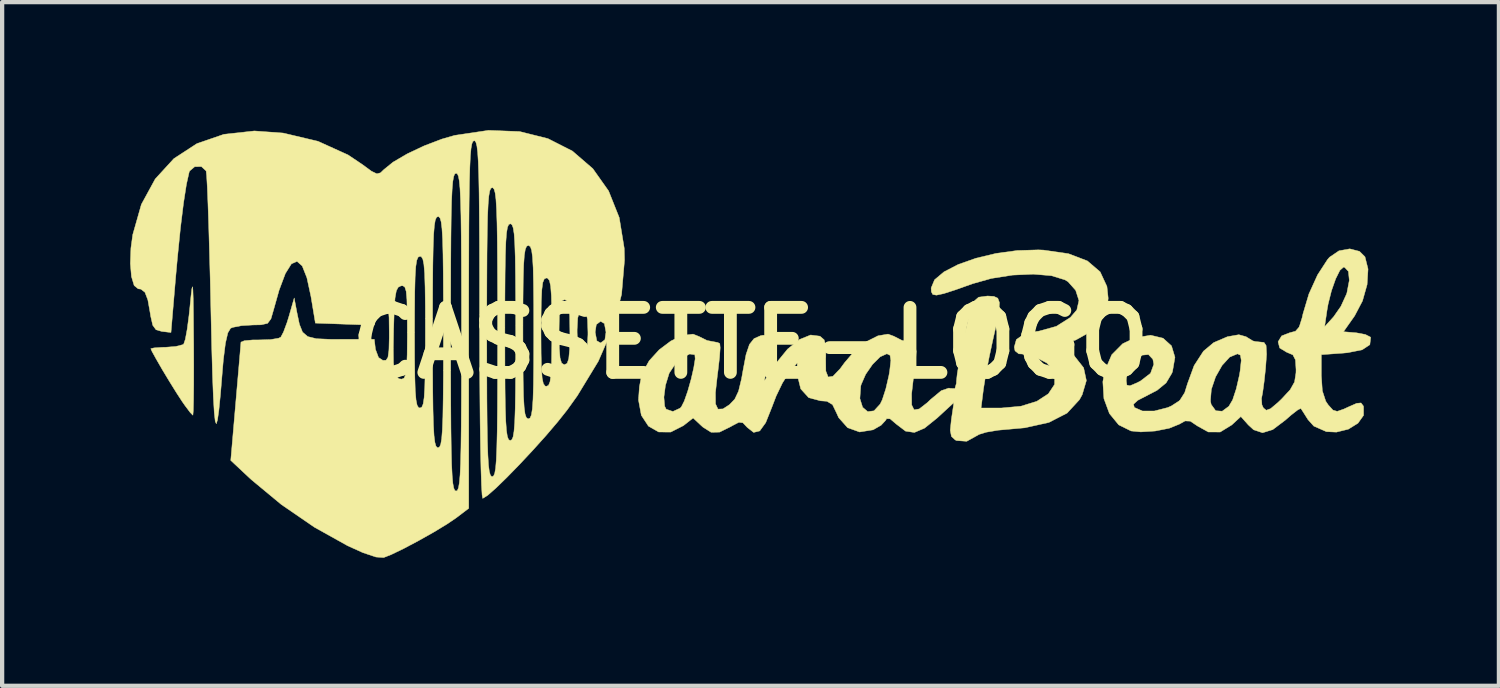
<source format=kicad_pcb>
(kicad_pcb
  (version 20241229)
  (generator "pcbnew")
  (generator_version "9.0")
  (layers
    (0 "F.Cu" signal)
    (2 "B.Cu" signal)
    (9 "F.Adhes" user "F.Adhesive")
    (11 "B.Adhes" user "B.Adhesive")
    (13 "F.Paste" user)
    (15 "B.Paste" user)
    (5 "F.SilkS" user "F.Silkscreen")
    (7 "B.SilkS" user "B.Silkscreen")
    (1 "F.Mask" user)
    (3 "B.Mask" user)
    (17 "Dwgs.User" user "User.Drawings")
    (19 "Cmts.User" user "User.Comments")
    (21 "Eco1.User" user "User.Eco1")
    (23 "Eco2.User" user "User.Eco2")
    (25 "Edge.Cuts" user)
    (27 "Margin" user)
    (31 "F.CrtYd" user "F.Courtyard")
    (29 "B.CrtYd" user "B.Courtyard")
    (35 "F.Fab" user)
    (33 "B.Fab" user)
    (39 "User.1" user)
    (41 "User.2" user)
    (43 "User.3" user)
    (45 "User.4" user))
  (footprint "CASSETTE-LOGO"
    (layer "F.Cu")
    (at 14.539 4.988)
    (property "Reference" "CASSETTE-LOGO" (at 0 0 0) (layer "F.SilkS") (effects (font (size 1.524 1.524) (thickness 0.3))))
    (attr through_hole)
    (fp_poly (pts (xy -13.068 -1.244) (xy -13.061 -1.037) (xy -13.056 -0.685) (xy -13.052 -0.178) (xy -13.05 0.021) (xy -13.048 0.532) (xy -13.049 0.981) (xy -13.053 1.34) (xy -13.059 1.585) (xy -13.068 1.691) (xy -13.069 1.693) (xy -13.131 1.63) (xy -13.251 1.47) (xy -13.317 1.376) (xy -13.455 1.164) (xy -13.619 0.9) (xy -13.785 0.625) (xy -13.928 0.377) (xy -14.026 0.199) (xy -14.055 0.133) (xy -13.979 0.115) (xy -13.79 0.102) (xy -13.704 0.1) (xy -13.468 0.081) (xy -13.307 0.04) (xy -13.284 0.025) (xy -13.246 -0.085) (xy -13.202 -0.323) (xy -13.159 -0.648) (xy -13.138 -0.848) (xy -13.112 -1.109) (xy -13.093 -1.27) (xy -13.078 -1.318) (xy -13.068 -1.244)) (stroke (width 0.01) (type solid)) (fill yes) (layer "F.SilkS"))
    (fp_poly (pts (xy 14.272 -2.147) (xy 14.4 -2.02) (xy 14.472 -1.733) (xy 14.45 -1.369) (xy 14.342 -0.986) (xy 14.16 -0.639) (xy 14.156 -0.633) (xy 13.896 -0.264) (xy 14.201 -0.238) (xy 14.409 -0.199) (xy 14.527 -0.139) (xy 14.534 -0.127) (xy 14.514 0.041) (xy 14.333 0.16) (xy 13.991 0.228) (xy 13.892 0.237) (xy 13.377 0.274) (xy 13.377 0.763) (xy 13.401 1.121) (xy 13.481 1.365) (xy 13.538 1.45) (xy 13.649 1.573) (xy 13.75 1.603) (xy 13.907 1.548) (xy 14.006 1.502) (xy 14.206 1.414) (xy 14.307 1.405) (xy 14.359 1.472) (xy 14.367 1.493) (xy 14.367 1.696) (xy 14.236 1.88) (xy 14.011 2.02) (xy 13.73 2.089) (xy 13.496 2.078) (xy 13.201 1.948) (xy 13.064 1.795) (xy 12.958 1.627) (xy 12.898 1.534) (xy 12.897 1.533) (xy 12.828 1.566) (xy 12.673 1.686) (xy 12.533 1.808) (xy 12.239 2.03) (xy 12 2.104) (xy 11.79 2.034) (xy 11.666 1.92) (xy 11.491 1.724) (xy 11.279 1.92) (xy 11.007 2.087) (xy 10.729 2.086) (xy 10.471 1.943) (xy 10.306 1.832) (xy 10.184 1.827) (xy 10.052 1.901) (xy 9.813 1.998) (xy 9.485 2.063) (xy 9.146 2.084) (xy 8.918 2.062) (xy 8.629 1.919) (xy 8.411 1.653) (xy 8.282 1.304) (xy 8.257 0.909) (xy 8.262 0.883) (xy 8.805 0.883) (xy 8.82 0.987) (xy 8.892 1.003) (xy 9.058 0.933) (xy 9.138 0.892) (xy 9.375 0.71) (xy 9.452 0.498) (xy 9.429 0.381) (xy 9.326 0.271) (xy 9.18 0.285) (xy 9.023 0.395) (xy 8.889 0.574) (xy 8.813 0.794) (xy 8.805 0.883) (xy 8.262 0.883) (xy 8.301 0.66) (xy 8.465 0.276) (xy 8.722 0.017) (xy 9.011 -0.12) (xy 9.376 -0.182) (xy 9.668 -0.112) (xy 9.866 0.067) (xy 9.947 0.335) (xy 9.889 0.671) (xy 9.873 0.711) (xy 9.739 0.936) (xy 9.528 1.109) (xy 9.32 1.217) (xy 9.077 1.343) (xy 8.975 1.435) (xy 8.995 1.511) (xy 9.185 1.594) (xy 9.464 1.594) (xy 9.776 1.514) (xy 9.863 1.476) (xy 10.05 1.355) (xy 10.778 1.355) (xy 10.796 1.442) (xy 10.902 1.588) (xy 11.054 1.599) (xy 11.21 1.484) (xy 11.299 1.333) (xy 11.384 1.074) (xy 11.457 0.757) (xy 11.474 0.656) (xy 11.501 0.407) (xy 11.481 0.285) (xy 11.412 0.254) (xy 11.23 0.33) (xy 11.051 0.526) (xy 10.899 0.794) (xy 10.8 1.086) (xy 10.778 1.355) (xy 10.05 1.355) (xy 10.057 1.351) (xy 10.175 1.165) (xy 10.241 0.953) (xy 10.396 0.53) (xy 10.615 0.192) (xy 10.855 -0.009) (xy 11.177 -0.147) (xy 11.444 -0.194) (xy 11.617 -0.146) (xy 11.62 -0.142) (xy 11.772 -0.049) (xy 11.832 -0.034) (xy 12.009 -0.016) (xy 12.034 -0.013) (xy 12.083 0.059) (xy 12.094 0.265) (xy 12.07 0.601) (xy 12.036 0.913) (xy 12.002 1.162) (xy 11.976 1.297) (xy 11.975 1.3) (xy 11.985 1.449) (xy 12.02 1.523) (xy 12.087 1.577) (xy 12.189 1.539) (xy 12.359 1.396) (xy 12.443 1.316) (xy 12.647 1.096) (xy 12.75 0.913) (xy 12.783 0.701) (xy 12.785 0.627) (xy 12.771 0.396) (xy 12.71 0.278) (xy 12.574 0.22) (xy 12.568 0.218) (xy 12.402 0.118) (xy 12.364 -0.028) (xy 12.447 -0.166) (xy 12.631 -0.238) (xy 12.772 -0.276) (xy 12.86 -0.377) (xy 12.861 -0.381) (xy 13.454 -0.381) (xy 13.666 -0.615) (xy 13.836 -0.859) (xy 13.968 -1.147) (xy 13.978 -1.18) (xy 14.033 -1.468) (xy 14.012 -1.678) (xy 13.921 -1.775) (xy 13.897 -1.778) (xy 13.812 -1.702) (xy 13.713 -1.503) (xy 13.615 -1.225) (xy 13.536 -0.91) (xy 13.51 -0.762) (xy 13.454 -0.381) (xy 12.861 -0.381) (xy 12.926 -0.588) (xy 12.948 -0.685) (xy 13.087 -1.151) (xy 13.29 -1.597) (xy 13.523 -1.956) (xy 13.571 -2.011) (xy 13.791 -2.16) (xy 14.044 -2.206) (xy 14.272 -2.147)) (stroke (width 0.01) (type solid)) (fill yes) (layer "F.SilkS"))
    (fp_poly (pts (xy 6.866 -2.177) (xy 7.453 -2.092) (xy 7.895 -1.923) (xy 8.194 -1.667) (xy 8.353 -1.324) (xy 8.382 -1.05) (xy 8.358 -0.789) (xy 8.263 -0.586) (xy 8.091 -0.392) (xy 7.86 -0.203) (xy 7.622 -0.07) (xy 7.541 -0.044) (xy 7.283 0.013) (xy 7.579 0.292) (xy 7.807 0.582) (xy 7.871 0.881) (xy 7.773 1.212) (xy 7.708 1.33) (xy 7.419 1.643) (xy 6.993 1.862) (xy 6.426 1.988) (xy 6.138 2.014) (xy 5.803 2.044) (xy 5.524 2.091) (xy 5.352 2.144) (xy 5.334 2.156) (xy 5.067 2.304) (xy 4.828 2.287) (xy 4.796 2.271) (xy 4.708 2.189) (xy 4.681 2.046) (xy 4.707 1.793) (xy 4.766 1.397) (xy 4.375 1.757) (xy 4.078 1.996) (xy 3.841 2.097) (xy 3.633 2.066) (xy 3.423 1.906) (xy 3.422 1.906) (xy 3.271 1.777) (xy 3.189 1.774) (xy 3.166 1.813) (xy 3.061 1.927) (xy 2.873 2.035) (xy 2.556 2.086) (xy 2.275 1.985) (xy 2.065 1.749) (xy 2.017 1.642) (xy 1.922 1.445) (xy 1.791 1.366) (xy 1.639 1.355) (xy 1.442 1.302) (xy 2.563 1.302) (xy 2.627 1.507) (xy 2.747 1.609) (xy 2.894 1.59) (xy 3.039 1.431) (xy 3.087 1.333) (xy 3.171 1.074) (xy 3.244 0.757) (xy 3.261 0.656) (xy 3.289 0.409) (xy 3.27 0.288) (xy 3.199 0.254) (xy 3.192 0.254) (xy 3.038 0.324) (xy 2.86 0.501) (xy 2.698 0.735) (xy 2.592 0.977) (xy 2.583 1.012) (xy 2.563 1.302) (xy 1.442 1.302) (xy 1.363 1.281) (xy 1.177 1.076) (xy 1.099 0.761) (xy 1.098 0.722) (xy 1.095 0.466) (xy 0.886 0.72) (xy 0.748 0.938) (xy 0.6 1.245) (xy 0.499 1.509) (xy 0.356 1.867) (xy 0.216 2.061) (xy 0.073 2.096) (xy -0.078 1.977) (xy -0.179 1.87) (xy -0.274 1.859) (xy -0.433 1.942) (xy -0.467 1.962) (xy -0.725 2.089) (xy -0.923 2.093) (xy -1.115 1.972) (xy -1.154 1.937) (xy -1.345 1.758) (xy -1.573 1.937) (xy -1.87 2.088) (xy -2.152 2.086) (xy -2.392 1.949) (xy -2.559 1.695) (xy -2.625 1.339) (xy -2.625 1.322) (xy -2.621 1.27) (xy -2.03 1.27) (xy -2.012 1.482) (xy -1.976 1.552) (xy -1.82 1.606) (xy -1.651 1.528) (xy -1.621 1.497) (xy -1.552 1.36) (xy -1.471 1.128) (xy -1.393 0.852) (xy -1.331 0.583) (xy -1.297 0.373) (xy -1.305 0.275) (xy -1.426 0.258) (xy -1.597 0.346) (xy -1.771 0.505) (xy -1.901 0.699) (xy -1.909 0.717) (xy -1.994 0.994) (xy -2.03 1.27) (xy -2.621 1.27) (xy -2.604 1.026) (xy -2.553 0.759) (xy -2.535 0.704) (xy -2.375 0.417) (xy -2.14 0.159) (xy -1.866 -0.047) (xy -1.59 -0.177) (xy -1.347 -0.208) (xy -1.205 -0.151) (xy -1.019 -0.059) (xy -0.924 -0.04) (xy -0.768 -0.011) (xy -0.72 0.014) (xy -0.711 0.112) (xy -0.726 0.334) (xy -0.761 0.64) (xy -0.776 0.751) (xy -0.822 1.165) (xy -0.82 1.427) (xy -0.763 1.55) (xy -0.646 1.545) (xy -0.492 1.445) (xy -0.369 1.316) (xy -0.281 1.13) (xy -0.211 0.842) (xy -0.176 0.644) (xy -0.105 0.271) (xy -0.025 0.033) (xy 0.083 -0.103) (xy 0.238 -0.171) (xy 0.296 -0.182) (xy 0.407 -0.166) (xy 0.458 -0.054) (xy 0.452 0.175) (xy 0.391 0.544) (xy 0.39 0.55) (xy 0.323 0.889) (xy 0.606 0.466) (xy 0.869 0.143) (xy 1.146 -0.081) (xy 1.409 -0.187) (xy 1.627 -0.159) (xy 1.725 -0.075) (xy 1.766 0.074) (xy 1.764 0.336) (xy 1.762 0.357) (xy 1.765 0.658) (xy 1.82 0.798) (xy 1.932 0.78) (xy 2.101 0.603) (xy 2.205 0.461) (xy 2.44 0.187) (xy 2.713 -0.03) (xy 2.987 -0.168) (xy 3.223 -0.208) (xy 3.356 -0.159) (xy 3.549 -0.061) (xy 3.648 -0.04) (xy 3.78 -0.017) (xy 3.856 0.051) (xy 3.882 0.195) (xy 3.866 0.447) (xy 3.823 0.778) (xy 3.775 1.192) (xy 3.777 1.452) (xy 3.834 1.567) (xy 3.954 1.546) (xy 4.144 1.398) (xy 4.219 1.326) (xy 4.47 1.118) (xy 4.648 1.057) (xy 4.684 1.064) (xy 4.79 1.068) (xy 4.825 0.944) (xy 4.826 0.897) (xy 4.845 0.72) (xy 4.894 0.428) (xy 4.963 0.072) (xy 5.042 -0.299) (xy 5.121 -0.635) (xy 5.188 -0.885) (xy 5.213 -0.958) (xy 5.346 -1.073) (xy 5.555 -1.101) (xy 5.703 -1.092) (xy 5.795 -1.05) (xy 5.834 -0.946) (xy 5.822 -0.755) (xy 5.765 -0.449) (xy 5.679 -0.07) (xy 5.594 0.325) (xy 5.517 0.721) (xy 5.465 1.041) (xy 5.459 1.079) (xy 5.403 1.524) (xy 5.879 1.524) (xy 6.337 1.482) (xy 6.71 1.367) (xy 6.98 1.191) (xy 7.126 0.971) (xy 7.129 0.719) (xy 7.101 0.646) (xy 6.942 0.468) (xy 6.675 0.329) (xy 6.363 0.258) (xy 6.287 0.254) (xy 6.199 0.184) (xy 6.181 0.095) (xy 6.23 -0.08) (xy 6.393 -0.196) (xy 6.695 -0.269) (xy 6.766 -0.279) (xy 7.166 -0.39) (xy 7.495 -0.598) (xy 7.647 -0.774) (xy 7.697 -0.995) (xy 7.62 -1.235) (xy 7.441 -1.436) (xy 7.369 -1.48) (xy 7.052 -1.577) (xy 6.627 -1.613) (xy 6.141 -1.591) (xy 5.644 -1.513) (xy 5.207 -1.39) (xy 4.8 -1.245) (xy 4.526 -1.157) (xy 4.358 -1.121) (xy 4.271 -1.137) (xy 4.238 -1.2) (xy 4.233 -1.289) (xy 4.313 -1.481) (xy 4.534 -1.667) (xy 4.866 -1.839) (xy 5.282 -1.986) (xy 5.753 -2.099) (xy 6.25 -2.167) (xy 6.745 -2.182) (xy 6.866 -2.177)) (stroke (width 0.01) (type solid)) (fill yes) (layer "F.SilkS"))
    (fp_poly (pts (xy -5.409 -4.955) (xy -4.749 -4.79) (xy -4.174 -4.498) (xy -3.696 -4.086) (xy -3.326 -3.563) (xy -3.077 -2.939) (xy -2.96 -2.222) (xy -2.953 -1.943) (xy -3.022 -1.139) (xy -3.225 -0.355) (xy -3.568 0.43) (xy -4.06 1.238) (xy -4.298 1.57) (xy -4.519 1.848) (xy -4.793 2.17) (xy -5.098 2.509) (xy -5.411 2.844) (xy -5.707 3.148) (xy -5.965 3.399) (xy -6.161 3.571) (xy -6.272 3.64) (xy -6.277 3.641) (xy -6.291 3.559) (xy -6.305 3.323) (xy -6.317 2.951) (xy -6.328 2.458) (xy -6.337 1.86) (xy -6.343 1.173) (xy -6.348 0.413) (xy -6.35 -0.254) (xy -6.181 -0.254) (xy -6.18 0.601) (xy -6.178 1.302) (xy -6.173 1.864) (xy -6.166 2.3) (xy -6.155 2.626) (xy -6.141 2.858) (xy -6.122 3.009) (xy -6.098 3.094) (xy -6.069 3.129) (xy -6.054 3.133) (xy -6.022 3.116) (xy -5.995 3.055) (xy -5.974 2.935) (xy -5.958 2.742) (xy -5.946 2.46) (xy -5.937 2.075) (xy -5.931 1.572) (xy -5.928 0.936) (xy -5.927 0.152) (xy -5.927 -0.254) (xy -5.757 -0.254) (xy -5.756 0.477) (xy -5.753 1.056) (xy -5.747 1.499) (xy -5.736 1.825) (xy -5.72 2.049) (xy -5.699 2.189) (xy -5.671 2.263) (xy -5.635 2.286) (xy -5.63 2.286) (xy -5.594 2.268) (xy -5.565 2.202) (xy -5.543 2.071) (xy -5.526 1.858) (xy -5.515 1.546) (xy -5.508 1.118) (xy -5.505 0.557) (xy -5.503 -0.154) (xy -5.503 -0.254) (xy -5.334 -0.254) (xy -5.333 0.392) (xy -5.328 0.888) (xy -5.32 1.253) (xy -5.305 1.505) (xy -5.284 1.664) (xy -5.255 1.748) (xy -5.216 1.777) (xy -5.207 1.778) (xy -5.167 1.759) (xy -5.136 1.688) (xy -5.113 1.546) (xy -5.097 1.315) (xy -5.087 0.976) (xy -5.082 0.509) (xy -5.08 -0.104) (xy -5.08 -0.254) (xy -4.911 -0.254) (xy -4.908 0.243) (xy -4.9 0.594) (xy -4.883 0.823) (xy -4.855 0.954) (xy -4.814 1.009) (xy -4.784 1.016) (xy -4.734 0.993) (xy -4.699 0.908) (xy -4.676 0.738) (xy -4.663 0.459) (xy -4.657 0.048) (xy -4.657 -0.254) (xy -4.487 -0.254) (xy -4.482 0.118) (xy -4.464 0.349) (xy -4.428 0.47) (xy -4.37 0.508) (xy -4.36 0.508) (xy -4.298 0.478) (xy -4.26 0.37) (xy -4.24 0.154) (xy -4.233 -0.199) (xy -4.233 -0.254) (xy -4.064 -0.254) (xy -4.054 0.041) (xy -4.02 0.199) (xy -3.952 0.253) (xy -3.937 0.254) (xy -3.863 0.215) (xy -3.824 0.077) (xy -3.81 -0.193) (xy -3.81 -0.254) (xy -3.641 -0.254) (xy -3.603 -0.052) (xy -3.514 0) (xy -3.413 -0.076) (xy -3.387 -0.254) (xy -3.425 -0.456) (xy -3.514 -0.508) (xy -3.614 -0.432) (xy -3.641 -0.254) (xy -3.81 -0.254) (xy -3.82 -0.549) (xy -3.854 -0.707) (xy -3.922 -0.761) (xy -3.937 -0.762) (xy -4.011 -0.723) (xy -4.05 -0.585) (xy -4.064 -0.315) (xy -4.064 -0.254) (xy -4.233 -0.254) (xy -4.238 -0.626) (xy -4.256 -0.857) (xy -4.292 -0.978) (xy -4.351 -1.016) (xy -4.36 -1.016) (xy -4.422 -0.986) (xy -4.461 -0.878) (xy -4.481 -0.662) (xy -4.487 -0.309) (xy -4.487 -0.254) (xy -4.657 -0.254) (xy -4.659 -0.751) (xy -4.667 -1.102) (xy -4.684 -1.331) (xy -4.712 -1.462) (xy -4.753 -1.517) (xy -4.784 -1.524) (xy -4.833 -1.501) (xy -4.869 -1.416) (xy -4.891 -1.246) (xy -4.904 -0.967) (xy -4.91 -0.556) (xy -4.911 -0.254) (xy -5.08 -0.254) (xy -5.081 -0.9) (xy -5.086 -1.396) (xy -5.094 -1.761) (xy -5.109 -2.013) (xy -5.13 -2.172) (xy -5.159 -2.256) (xy -5.198 -2.285) (xy -5.207 -2.286) (xy -5.247 -2.267) (xy -5.278 -2.196) (xy -5.301 -2.054) (xy -5.317 -1.823) (xy -5.327 -1.484) (xy -5.332 -1.017) (xy -5.334 -0.404) (xy -5.334 -0.254) (xy -5.503 -0.254) (xy -5.504 -0.985) (xy -5.508 -1.564) (xy -5.514 -2.007) (xy -5.525 -2.333) (xy -5.54 -2.557) (xy -5.562 -2.697) (xy -5.59 -2.771) (xy -5.625 -2.794) (xy -5.63 -2.794) (xy -5.667 -2.776) (xy -5.696 -2.71) (xy -5.718 -2.579) (xy -5.734 -2.366) (xy -5.745 -2.054) (xy -5.752 -1.626) (xy -5.756 -1.065) (xy -5.757 -0.354) (xy -5.757 -0.254) (xy -5.927 -0.254) (xy -5.927 -1.109) (xy -5.93 -1.81) (xy -5.934 -2.372) (xy -5.941 -2.808) (xy -5.952 -3.134) (xy -5.966 -3.366) (xy -5.985 -3.517) (xy -6.009 -3.602) (xy -6.038 -3.637) (xy -6.054 -3.641) (xy -6.086 -3.624) (xy -6.112 -3.563) (xy -6.133 -3.443) (xy -6.149 -3.25) (xy -6.162 -2.968) (xy -6.17 -2.583) (xy -6.176 -2.08) (xy -6.179 -1.444) (xy -6.181 -0.66) (xy -6.181 -0.254) (xy -6.35 -0.254) (xy -6.35 -0.403) (xy -6.35 -0.55) (xy -6.35 -1.51) (xy -6.352 -2.314) (xy -6.356 -2.976) (xy -6.361 -3.508) (xy -6.369 -3.924) (xy -6.38 -4.238) (xy -6.394 -4.463) (xy -6.412 -4.612) (xy -6.434 -4.699) (xy -6.46 -4.737) (xy -6.477 -4.741) (xy -6.506 -4.725) (xy -6.53 -4.668) (xy -6.55 -4.556) (xy -6.566 -4.377) (xy -6.578 -4.117) (xy -6.588 -3.763) (xy -6.595 -3.301) (xy -6.6 -2.72) (xy -6.602 -2.005) (xy -6.604 -1.143) (xy -6.604 -0.433) (xy -6.604 3.875) (xy -6.897 4.098) (xy -7.12 4.249) (xy -7.431 4.437) (xy -7.783 4.635) (xy -8.128 4.818) (xy -8.42 4.959) (xy -8.598 5.029) (xy -8.78 5.016) (xy -9.084 4.914) (xy -9.444 4.751) (xy -10.222 4.317) (xy -10.998 3.784) (xy -11.696 3.205) (xy -11.742 3.163) (xy -12.181 2.752) (xy -12.064 1.397) (xy -12.024 0.935) (xy -11.989 0.532) (xy -11.962 0.22) (xy -11.946 0.027) (xy -11.942 -0.02) (xy -11.863 -0.053) (xy -11.667 -0.071) (xy -11.509 -0.072) (xy -11.249 -0.08) (xy -11.06 -0.112) (xy -11.008 -0.137) (xy -10.945 -0.257) (xy -10.862 -0.48) (xy -10.815 -0.633) (xy -10.694 -1.054) (xy -10.631 -0.719) (xy -10.572 -0.438) (xy -10.499 -0.255) (xy -10.377 -0.15) (xy -10.173 -0.1) (xy -9.853 -0.086) (xy -9.612 -0.085) (xy -8.817 -0.085) (xy -8.79 0.147) (xy -8.718 0.34) (xy -8.615 0.408) (xy -8.541 0.404) (xy -8.497 0.336) (xy -8.475 0.174) (xy -8.473 0.131) (xy -8.372 0.131) (xy -8.368 0.46) (xy -8.347 0.672) (xy -8.305 0.789) (xy -8.238 0.839) (xy -8.173 0.847) (xy -8.119 0.824) (xy -8.082 0.738) (xy -8.059 0.565) (xy -8.047 0.278) (xy -8.043 -0.147) (xy -8.043 -0.254) (xy -7.874 -0.254) (xy -7.873 0.346) (xy -7.867 0.797) (xy -7.857 1.119) (xy -7.839 1.333) (xy -7.814 1.458) (xy -7.779 1.514) (xy -7.747 1.524) (xy -7.704 1.504) (xy -7.672 1.429) (xy -7.649 1.281) (xy -7.634 1.038) (xy -7.625 0.68) (xy -7.621 0.188) (xy -7.62 -0.254) (xy -7.451 -0.254) (xy -7.45 0.503) (xy -7.447 1.108) (xy -7.441 1.576) (xy -7.431 1.925) (xy -7.417 2.17) (xy -7.397 2.329) (xy -7.372 2.418) (xy -7.339 2.453) (xy -7.324 2.455) (xy -7.288 2.437) (xy -7.26 2.373) (xy -7.238 2.244) (xy -7.222 2.036) (xy -7.21 1.732) (xy -7.203 1.314) (xy -7.198 0.767) (xy -7.197 0.073) (xy -7.197 -0.254) (xy -7.027 -0.254) (xy -7.027 0.647) (xy -7.025 1.392) (xy -7.021 1.997) (xy -7.014 2.475) (xy -7.005 2.84) (xy -6.992 3.106) (xy -6.976 3.289) (xy -6.955 3.401) (xy -6.929 3.457) (xy -6.9 3.471) (xy -6.87 3.455) (xy -6.844 3.395) (xy -6.824 3.279) (xy -6.807 3.091) (xy -6.795 2.819) (xy -6.786 2.446) (xy -6.78 1.961) (xy -6.776 1.347) (xy -6.774 0.592) (xy -6.773 -0.254) (xy -6.774 -1.155) (xy -6.776 -1.9) (xy -6.78 -2.505) (xy -6.786 -2.983) (xy -6.796 -3.348) (xy -6.808 -3.614) (xy -6.825 -3.797) (xy -6.846 -3.909) (xy -6.872 -3.965) (xy -6.9 -3.979) (xy -6.931 -3.963) (xy -6.956 -3.903) (xy -6.977 -3.787) (xy -6.993 -3.599) (xy -7.006 -3.327) (xy -7.015 -2.954) (xy -7.021 -2.469) (xy -7.025 -1.855) (xy -7.027 -1.1) (xy -7.027 -0.254) (xy -7.197 -0.254) (xy -7.198 -1.011) (xy -7.201 -1.616) (xy -7.207 -2.084) (xy -7.216 -2.433) (xy -7.231 -2.678) (xy -7.25 -2.837) (xy -7.276 -2.926) (xy -7.308 -2.961) (xy -7.324 -2.963) (xy -7.359 -2.945) (xy -7.388 -2.881) (xy -7.409 -2.752) (xy -7.426 -2.544) (xy -7.437 -2.24) (xy -7.445 -1.822) (xy -7.449 -1.275) (xy -7.451 -0.581) (xy -7.451 -0.254) (xy -7.62 -0.254) (xy -7.621 -0.854) (xy -7.627 -1.305) (xy -7.637 -1.627) (xy -7.655 -1.841) (xy -7.68 -1.966) (xy -7.715 -2.022) (xy -7.747 -2.032) (xy -7.79 -2.012) (xy -7.822 -1.937) (xy -7.845 -1.789) (xy -7.86 -1.546) (xy -7.869 -1.188) (xy -7.873 -0.696) (xy -7.874 -0.254) (xy -8.043 -0.254) (xy -8.043 -0.26) (xy -8.045 -0.712) (xy -8.053 -1.02) (xy -8.07 -1.21) (xy -8.101 -1.309) (xy -8.148 -1.341) (xy -8.191 -1.339) (xy -8.257 -1.307) (xy -8.301 -1.222) (xy -8.331 -1.055) (xy -8.35 -0.776) (xy -8.363 -0.359) (xy -8.364 -0.343) (xy -8.372 0.131) (xy -8.473 0.131) (xy -8.467 -0.114) (xy -8.467 -0.254) (xy -8.471 -0.595) (xy -8.487 -0.799) (xy -8.522 -0.897) (xy -8.585 -0.92) (xy -8.615 -0.916) (xy -8.741 -0.813) (xy -8.79 -0.652) (xy -8.817 -0.417) (xy -9.507 -0.441) (xy -10.198 -0.466) (xy -10.301 -1.087) (xy -10.397 -1.53) (xy -10.506 -1.805) (xy -10.628 -1.913) (xy -10.76 -1.854) (xy -10.901 -1.629) (xy -11.048 -1.238) (xy -11.176 -0.783) (xy -11.239 -0.566) (xy -11.318 -0.46) (xy -11.47 -0.426) (xy -11.666 -0.422) (xy -11.931 -0.406) (xy -12.134 -0.366) (xy -12.185 -0.345) (xy -12.25 -0.237) (xy -12.306 0.006) (xy -12.355 0.397) (xy -12.38 0.691) (xy -12.422 1.199) (xy -12.459 1.571) (xy -12.492 1.804) (xy -12.52 1.893) (xy -12.545 1.835) (xy -12.568 1.627) (xy -12.589 1.264) (xy -12.609 0.743) (xy -12.628 0.06) (xy -12.647 -0.788) (xy -12.647 -0.793) (xy -12.663 -1.507) (xy -12.681 -2.17) (xy -12.698 -2.762) (xy -12.715 -3.264) (xy -12.731 -3.656) (xy -12.746 -3.918) (xy -12.758 -4.031) (xy -12.758 -4.032) (xy -12.868 -4.134) (xy -13.025 -4.132) (xy -13.145 -4.031) (xy -13.157 -4) (xy -13.22 -3.718) (xy -13.288 -3.281) (xy -13.359 -2.705) (xy -13.43 -2.004) (xy -13.472 -1.541) (xy -13.582 -0.246) (xy -13.797 -0.271) (xy -13.932 -0.31) (xy -14.009 -0.415) (xy -14.059 -0.633) (xy -14.068 -0.694) (xy -14.124 -1.01) (xy -14.192 -1.188) (xy -14.287 -1.262) (xy -14.351 -1.27) (xy -14.445 -1.347) (xy -14.508 -1.556) (xy -14.534 -1.86) (xy -14.521 -2.223) (xy -14.478 -2.538) (xy -14.276 -3.248) (xy -13.951 -3.844) (xy -13.514 -4.321) (xy -12.975 -4.672) (xy -12.343 -4.89) (xy -11.627 -4.969) (xy -10.953 -4.92) (xy -10.137 -4.727) (xy -9.431 -4.407) (xy -9.093 -4.18) (xy -8.882 -4.025) (xy -8.757 -3.965) (xy -8.671 -3.988) (xy -8.596 -4.061) (xy -8.378 -4.238) (xy -8.045 -4.433) (xy -7.647 -4.621) (xy -7.233 -4.779) (xy -6.935 -4.865) (xy -6.141 -4.983) (xy -5.409 -4.955)) (stroke (width 0.01) (type solid)) (fill yes) (layer "F.SilkS")))
  (gr_rect
    (start -3 -3)
    (end 32.078 13.022)
    (stroke (width 0.1) (type default))
    (fill no)
    (layer "Edge.Cuts")))
</source>
